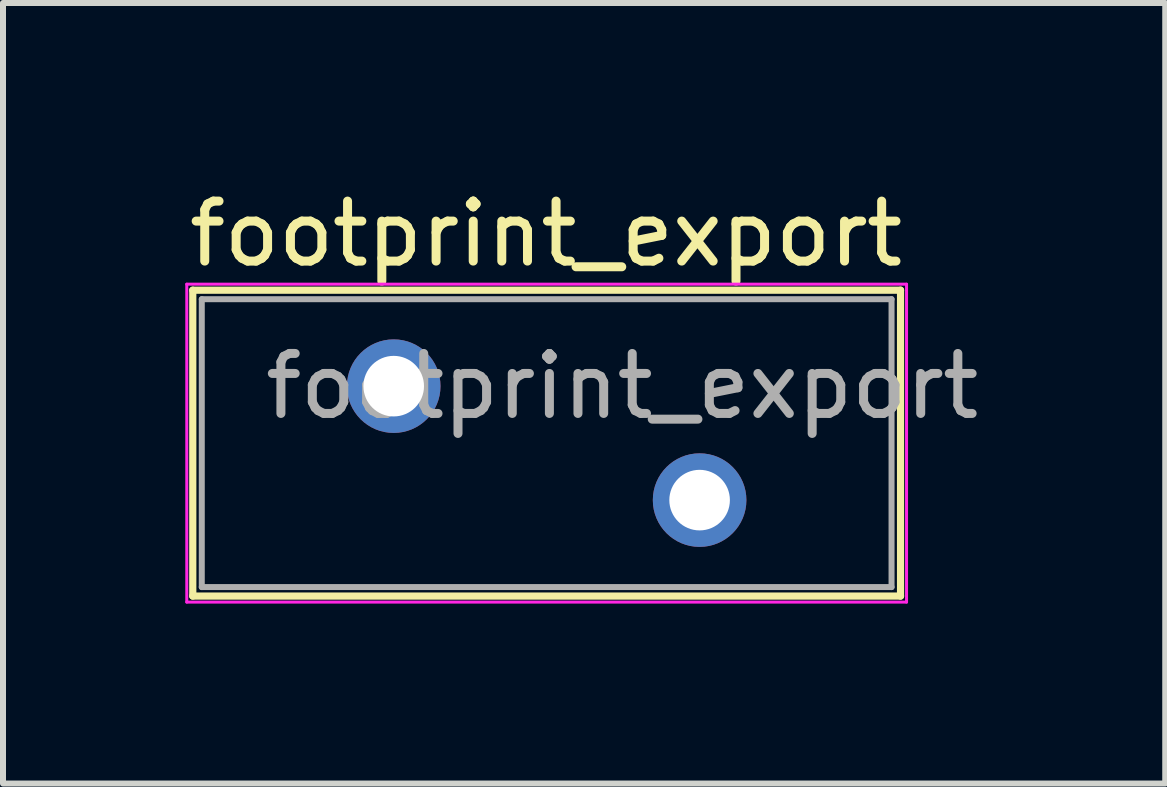
<source format=kicad_pcb>
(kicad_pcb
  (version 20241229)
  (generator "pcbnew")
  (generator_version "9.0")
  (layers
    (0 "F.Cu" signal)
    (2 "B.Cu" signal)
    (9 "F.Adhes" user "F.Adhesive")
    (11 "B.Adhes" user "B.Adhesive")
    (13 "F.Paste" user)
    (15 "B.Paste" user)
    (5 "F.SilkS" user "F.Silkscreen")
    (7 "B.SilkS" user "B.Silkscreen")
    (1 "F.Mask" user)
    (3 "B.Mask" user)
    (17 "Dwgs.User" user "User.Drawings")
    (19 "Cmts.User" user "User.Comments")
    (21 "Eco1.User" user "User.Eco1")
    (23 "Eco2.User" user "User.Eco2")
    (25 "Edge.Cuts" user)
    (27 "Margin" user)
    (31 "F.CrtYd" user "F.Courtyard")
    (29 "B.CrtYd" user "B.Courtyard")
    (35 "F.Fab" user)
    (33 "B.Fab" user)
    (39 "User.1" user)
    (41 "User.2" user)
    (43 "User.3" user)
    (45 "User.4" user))
  (footprint "footprint_export"
    (layer "F.Cu")
    (at 3.514 3.388)
    (property "Reference" "footprint_export" (at 2.54 -2.54 0) (layer "F.SilkS") (effects (font (size 1 1) (thickness 0.15))))
    (attr through_hole)
    (fp_line (start -3.35 -1.6) (end -3.35 3.5) (stroke (width 0.12) (type solid)) (layer "F.SilkS"))
    (fp_line (start -3.35 -1.6) (end 8.45 -1.6) (stroke (width 0.12) (type solid)) (layer "F.SilkS"))
    (fp_line (start -3.35 3.5) (end 8.45 3.5) (stroke (width 0.12) (type solid)) (layer "F.SilkS"))
    (fp_line (start 8.45 -1.6) (end 8.45 3.5) (stroke (width 0.12) (type solid)) (layer "F.SilkS"))
    (fp_line (start -3.45 -1.7) (end -3.45 3.6) (stroke (width 0.05) (type solid)) (layer "F.CrtYd"))
    (fp_line (start -3.45 -1.7) (end 8.55 -1.7) (stroke (width 0.05) (type solid)) (layer "F.CrtYd"))
    (fp_line (start -3.45 3.6) (end 8.55 3.6) (stroke (width 0.05) (type solid)) (layer "F.CrtYd"))
    (fp_line (start 8.55 -1.7) (end 8.55 3.6) (stroke (width 0.05) (type solid)) (layer "F.CrtYd"))
    (fp_line (start -3.2 -1.45) (end -3.2 3.35) (stroke (width 0.1) (type solid)) (layer "F.Fab"))
    (fp_line (start -3.2 -1.45) (end 8.3 -1.45) (stroke (width 0.1) (type solid)) (layer "F.Fab"))
    (fp_line (start -3.2 3.35) (end 8.3 3.35) (stroke (width 0.1) (type solid)) (layer "F.Fab"))
    (fp_line (start 8.3 -1.45) (end 8.3 3.35) (stroke (width 0.1) (type solid)) (layer "F.Fab"))
    (fp_text user "${REFERENCE}" (at 3.81 0 0) (layer "F.Fab") (effects (font (size 1 1) (thickness 0.15))))
    (pad "1" thru_hole circle (at 0 0) (size 1.56 1.56) (drill 1.01) (layers "*.Cu" "*.Mask"))
    (pad "2" thru_hole circle (at 5.1 1.9) (size 1.56 1.56) (drill 1.01) (layers "*.Cu" "*.Mask")))
  (gr_rect
    (start -3 -3)
    (end 16.377 10.013)
    (stroke (width 0.1) (type default))
    (fill no)
    (layer "Edge.Cuts")))
</source>
